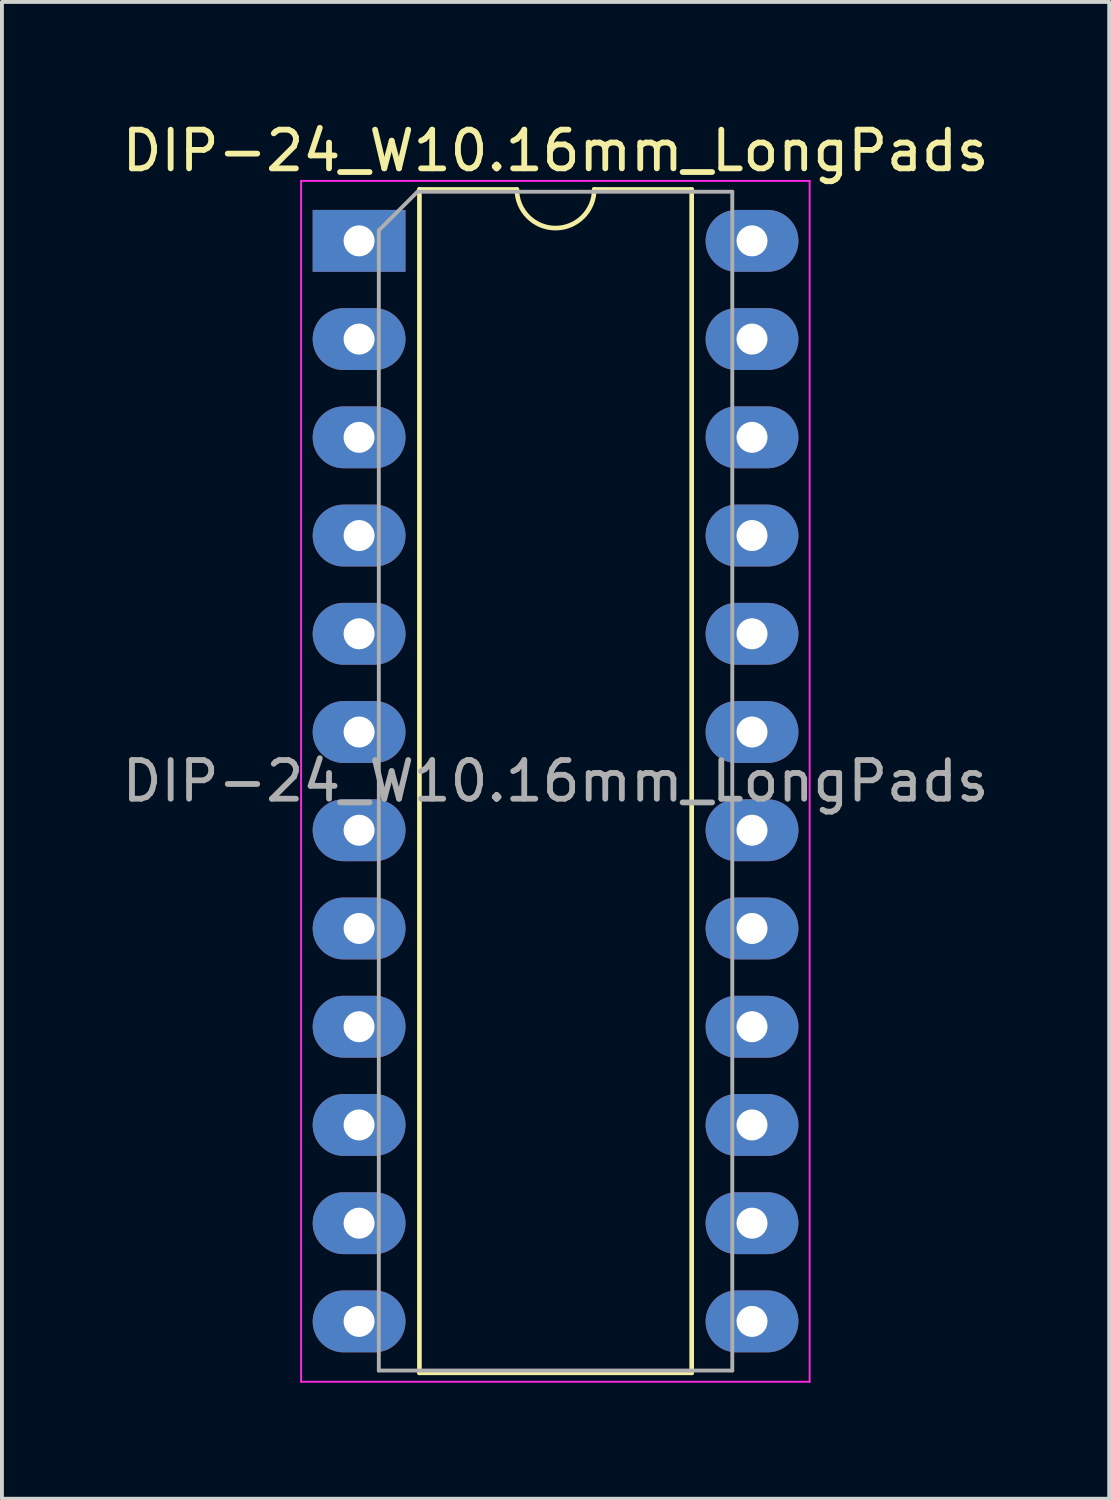
<source format=kicad_pcb>
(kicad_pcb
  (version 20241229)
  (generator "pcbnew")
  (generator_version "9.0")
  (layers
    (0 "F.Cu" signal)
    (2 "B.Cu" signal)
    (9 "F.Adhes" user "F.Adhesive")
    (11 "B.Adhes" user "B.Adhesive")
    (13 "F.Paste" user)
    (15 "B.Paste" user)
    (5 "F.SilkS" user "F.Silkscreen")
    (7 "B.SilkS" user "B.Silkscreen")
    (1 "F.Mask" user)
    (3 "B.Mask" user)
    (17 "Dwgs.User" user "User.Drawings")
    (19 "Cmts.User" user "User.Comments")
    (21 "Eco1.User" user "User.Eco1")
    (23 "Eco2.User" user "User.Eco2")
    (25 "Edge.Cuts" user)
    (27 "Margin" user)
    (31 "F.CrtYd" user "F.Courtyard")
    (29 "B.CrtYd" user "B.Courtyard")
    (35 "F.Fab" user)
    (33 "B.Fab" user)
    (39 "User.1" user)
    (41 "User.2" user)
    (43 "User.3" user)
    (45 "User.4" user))
  (footprint "DIP-24_W10.16mm_LongPads"
    (layer "F.Cu")
    (at 6.235 3.178)
    (property "Reference" "DIP-24_W10.16mm_LongPads" (at 5.08 -2.33 0) (layer "F.SilkS") (effects (font (size 1 1) (thickness 0.15))))
    (attr through_hole)
    (fp_line (start 1.56 -1.33) (end 1.56 29.27) (stroke (width 0.12) (type solid)) (layer "F.SilkS"))
    (fp_line (start 1.56 29.27) (end 8.6 29.27) (stroke (width 0.12) (type solid)) (layer "F.SilkS"))
    (fp_line (start 4.08 -1.33) (end 1.56 -1.33) (stroke (width 0.12) (type solid)) (layer "F.SilkS"))
    (fp_line (start 8.6 -1.33) (end 6.08 -1.33) (stroke (width 0.12) (type solid)) (layer "F.SilkS"))
    (fp_line (start 8.6 29.27) (end 8.6 -1.33) (stroke (width 0.12) (type solid)) (layer "F.SilkS"))
    (fp_arc (start 6.08 -1.33) (mid 5.08 -0.33) (end 4.08 -1.33) (stroke (width 0.12) (type solid)) (layer "F.SilkS"))
    (fp_line (start -1.5 -1.55) (end -1.5 29.5) (stroke (width 0.05) (type solid)) (layer "F.CrtYd"))
    (fp_line (start -1.5 29.5) (end 11.65 29.5) (stroke (width 0.05) (type solid)) (layer "F.CrtYd"))
    (fp_line (start 11.65 -1.55) (end -1.5 -1.55) (stroke (width 0.05) (type solid)) (layer "F.CrtYd"))
    (fp_line (start 11.65 29.5) (end 11.65 -1.55) (stroke (width 0.05) (type solid)) (layer "F.CrtYd"))
    (fp_line (start 0.51 -0.27) (end 1.51 -1.27) (stroke (width 0.1) (type solid)) (layer "F.Fab"))
    (fp_line (start 0.51 29.21) (end 0.51 -0.27) (stroke (width 0.1) (type solid)) (layer "F.Fab"))
    (fp_line (start 1.51 -1.27) (end 9.65 -1.27) (stroke (width 0.1) (type solid)) (layer "F.Fab"))
    (fp_line (start 9.65 -1.27) (end 9.65 29.21) (stroke (width 0.1) (type solid)) (layer "F.Fab"))
    (fp_line (start 9.65 29.21) (end 0.51 29.21) (stroke (width 0.1) (type solid)) (layer "F.Fab"))
    (fp_text user "${REFERENCE}" (at 5.08 13.97 0) (layer "F.Fab") (effects (font (size 1 1) (thickness 0.15))))
    (pad "1" thru_hole rect (at 0 0) (size 2.4 1.6) (drill 0.8) (layers "*.Cu" "*.Mask"))
    (pad "2" thru_hole oval (at 0 2.54) (size 2.4 1.6) (drill 0.8) (layers "*.Cu" "*.Mask"))
    (pad "3" thru_hole oval (at 0 5.08) (size 2.4 1.6) (drill 0.8) (layers "*.Cu" "*.Mask"))
    (pad "4" thru_hole oval (at 0 7.62) (size 2.4 1.6) (drill 0.8) (layers "*.Cu" "*.Mask"))
    (pad "5" thru_hole oval (at 0 10.16) (size 2.4 1.6) (drill 0.8) (layers "*.Cu" "*.Mask"))
    (pad "6" thru_hole oval (at 0 12.7) (size 2.4 1.6) (drill 0.8) (layers "*.Cu" "*.Mask"))
    (pad "7" thru_hole oval (at 0 15.24) (size 2.4 1.6) (drill 0.8) (layers "*.Cu" "*.Mask"))
    (pad "8" thru_hole oval (at 0 17.78) (size 2.4 1.6) (drill 0.8) (layers "*.Cu" "*.Mask"))
    (pad "9" thru_hole oval (at 0 20.32) (size 2.4 1.6) (drill 0.8) (layers "*.Cu" "*.Mask"))
    (pad "10" thru_hole oval (at 0 22.86) (size 2.4 1.6) (drill 0.8) (layers "*.Cu" "*.Mask"))
    (pad "11" thru_hole oval (at 0 25.4) (size 2.4 1.6) (drill 0.8) (layers "*.Cu" "*.Mask"))
    (pad "12" thru_hole oval (at 0 27.94) (size 2.4 1.6) (drill 0.8) (layers "*.Cu" "*.Mask"))
    (pad "13" thru_hole oval (at 10.16 27.94) (size 2.4 1.6) (drill 0.8) (layers "*.Cu" "*.Mask"))
    (pad "14" thru_hole oval (at 10.16 25.4) (size 2.4 1.6) (drill 0.8) (layers "*.Cu" "*.Mask"))
    (pad "15" thru_hole oval (at 10.16 22.86) (size 2.4 1.6) (drill 0.8) (layers "*.Cu" "*.Mask"))
    (pad "16" thru_hole oval (at 10.16 20.32) (size 2.4 1.6) (drill 0.8) (layers "*.Cu" "*.Mask"))
    (pad "17" thru_hole oval (at 10.16 17.78) (size 2.4 1.6) (drill 0.8) (layers "*.Cu" "*.Mask"))
    (pad "18" thru_hole oval (at 10.16 15.24) (size 2.4 1.6) (drill 0.8) (layers "*.Cu" "*.Mask"))
    (pad "19" thru_hole oval (at 10.16 12.7) (size 2.4 1.6) (drill 0.8) (layers "*.Cu" "*.Mask"))
    (pad "20" thru_hole oval (at 10.16 10.16) (size 2.4 1.6) (drill 0.8) (layers "*.Cu" "*.Mask"))
    (pad "21" thru_hole oval (at 10.16 7.62) (size 2.4 1.6) (drill 0.8) (layers "*.Cu" "*.Mask"))
    (pad "22" thru_hole oval (at 10.16 5.08) (size 2.4 1.6) (drill 0.8) (layers "*.Cu" "*.Mask"))
    (pad "23" thru_hole oval (at 10.16 2.54) (size 2.4 1.6) (drill 0.8) (layers "*.Cu" "*.Mask"))
    (pad "24" thru_hole oval (at 10.16 0) (size 2.4 1.6) (drill 0.8) (layers "*.Cu" "*.Mask")))
  (gr_rect
    (start -3 -3)
    (end 25.631 35.703)
    (stroke (width 0.1) (type default))
    (fill no)
    (layer "Edge.Cuts")))
</source>
